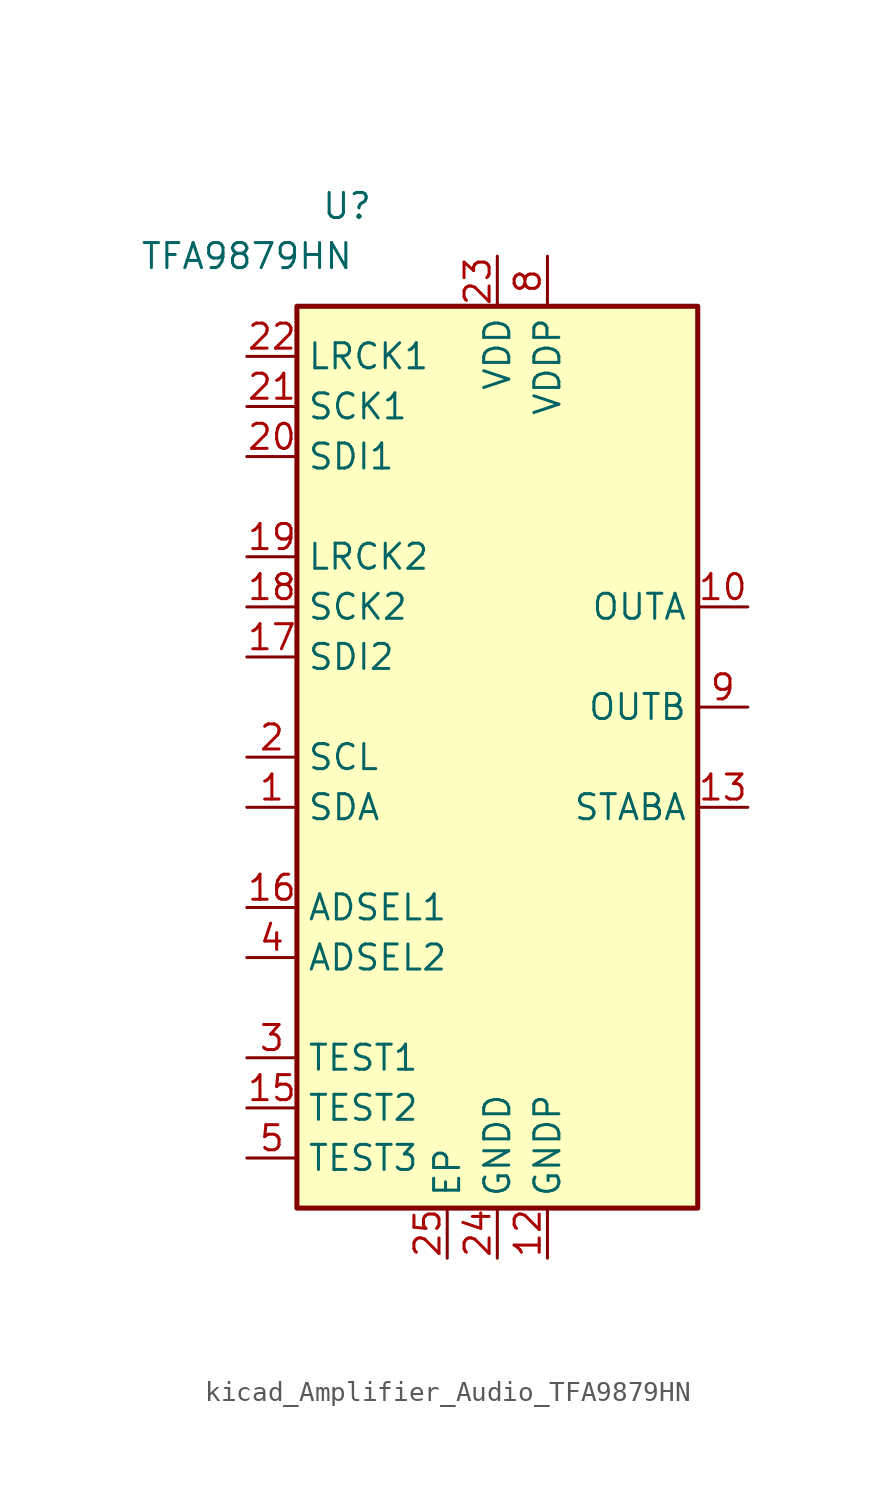
<source format=kicad_sym>
(kicad_symbol_lib
  (version 20220914)
  (generator kicad_symbol_editor)
  (symbol "kicad_Amplifier_Audio_TFA9879HN"
    (property "Reference" "U"
      (at -7.62 27.94 0)
      (effects (font (size 1.27 1.27))))
    (property "Value" "TFA9879HN"
      (at -12.7 25.4 0)
      (effects (font (size 1.27 1.27))))
    (symbol "kicad_Amplifier_Audio_TFA9879HN_0_1"
      (polyline (pts (xy -10.16 22.86) (xy 10.16 22.86) (xy 10.16 -22.86) (xy -10.16 -22.86) (xy -10.16 22.86)) (stroke (width 0.254) (type default)) (fill (type background))))
    (symbol "kicad_Amplifier_Audio_TFA9879HN_1_1"
      (pin bidirectional line (at -12.7 -2.54 0) (length 2.54) (name "SDA" (effects (font (size 1.27 1.27)))) (number "1" (effects (font (size 1.27 1.27)))))
      (pin output line (at 12.7 7.62 180) (length 2.54) (name "OUTA" (effects (font (size 1.27 1.27)))) (number "10" (effects (font (size 1.27 1.27)))))
      (pin passive line (at 2.54 -25.4 90) (length 2.54) hide (name "GNDP" (effects (font (size 1.27 1.27)))) (number "11" (effects (font (size 1.27 1.27)))))
      (pin power_in line (at 2.54 -25.4 90) (length 2.54) (name "GNDP" (effects (font (size 1.27 1.27)))) (number "12" (effects (font (size 1.27 1.27)))))
      (pin output line (at 12.7 -2.54 180) (length 2.54) (name "STABA" (effects (font (size 1.27 1.27)))) (number "13" (effects (font (size 1.27 1.27)))))
      (pin no_connect line (at 10.16 -10.16 180) (length 2.54) hide (name "NC" (effects (font (size 1.27 1.27)))) (number "14" (effects (font (size 1.27 1.27)))))
      (pin input line (at -12.7 -17.78 0) (length 2.54) (name "TEST2" (effects (font (size 1.27 1.27)))) (number "15" (effects (font (size 1.27 1.27)))))
      (pin input line (at -12.7 -7.62 0) (length 2.54) (name "ADSEL1" (effects (font (size 1.27 1.27)))) (number "16" (effects (font (size 1.27 1.27)))))
      (pin input line (at -12.7 5.08 0) (length 2.54) (name "SDI2" (effects (font (size 1.27 1.27)))) (number "17" (effects (font (size 1.27 1.27)))))
      (pin input line (at -12.7 7.62 0) (length 2.54) (name "SCK2" (effects (font (size 1.27 1.27)))) (number "18" (effects (font (size 1.27 1.27)))))
      (pin input line (at -12.7 10.16 0) (length 2.54) (name "LRCK2" (effects (font (size 1.27 1.27)))) (number "19" (effects (font (size 1.27 1.27)))))
      (pin input line (at -12.7 0 0) (length 2.54) (name "SCL" (effects (font (size 1.27 1.27)))) (number "2" (effects (font (size 1.27 1.27)))))
      (pin input line (at -12.7 15.24 0) (length 2.54) (name "SDI1" (effects (font (size 1.27 1.27)))) (number "20" (effects (font (size 1.27 1.27)))))
      (pin input line (at -12.7 17.78 0) (length 2.54) (name "SCK1" (effects (font (size 1.27 1.27)))) (number "21" (effects (font (size 1.27 1.27)))))
      (pin input line (at -12.7 20.32 0) (length 2.54) (name "LRCK1" (effects (font (size 1.27 1.27)))) (number "22" (effects (font (size 1.27 1.27)))))
      (pin power_in line (at 0 25.4 270) (length 2.54) (name "VDD" (effects (font (size 1.27 1.27)))) (number "23" (effects (font (size 1.27 1.27)))))
      (pin power_in line (at 0 -25.4 90) (length 2.54) (name "GNDD" (effects (font (size 1.27 1.27)))) (number "24" (effects (font (size 1.27 1.27)))))
      (pin passive line (at -2.54 -25.4 90) (length 2.54) (name "EP" (effects (font (size 1.27 1.27)))) (number "25" (effects (font (size 1.27 1.27)))))
      (pin input line (at -12.7 -15.24 0) (length 2.54) (name "TEST1" (effects (font (size 1.27 1.27)))) (number "3" (effects (font (size 1.27 1.27)))))
      (pin input line (at -12.7 -10.16 0) (length 2.54) (name "ADSEL2" (effects (font (size 1.27 1.27)))) (number "4" (effects (font (size 1.27 1.27)))))
      (pin input line (at -12.7 -20.32 0) (length 2.54) (name "TEST3" (effects (font (size 1.27 1.27)))) (number "5" (effects (font (size 1.27 1.27)))))
      (pin no_connect line (at 10.16 -12.7 180) (length 2.54) hide (name "NC" (effects (font (size 1.27 1.27)))) (number "6" (effects (font (size 1.27 1.27)))))
      (pin passive line (at 2.54 25.4 270) (length 2.54) hide (name "VDDP" (effects (font (size 1.27 1.27)))) (number "7" (effects (font (size 1.27 1.27)))))
      (pin power_in line (at 2.54 25.4 270) (length 2.54) (name "VDDP" (effects (font (size 1.27 1.27)))) (number "8" (effects (font (size 1.27 1.27)))))
      (pin output line (at 12.7 2.54 180) (length 2.54) (name "OUTB" (effects (font (size 1.27 1.27)))) (number "9" (effects (font (size 1.27 1.27))))))))
</source>
